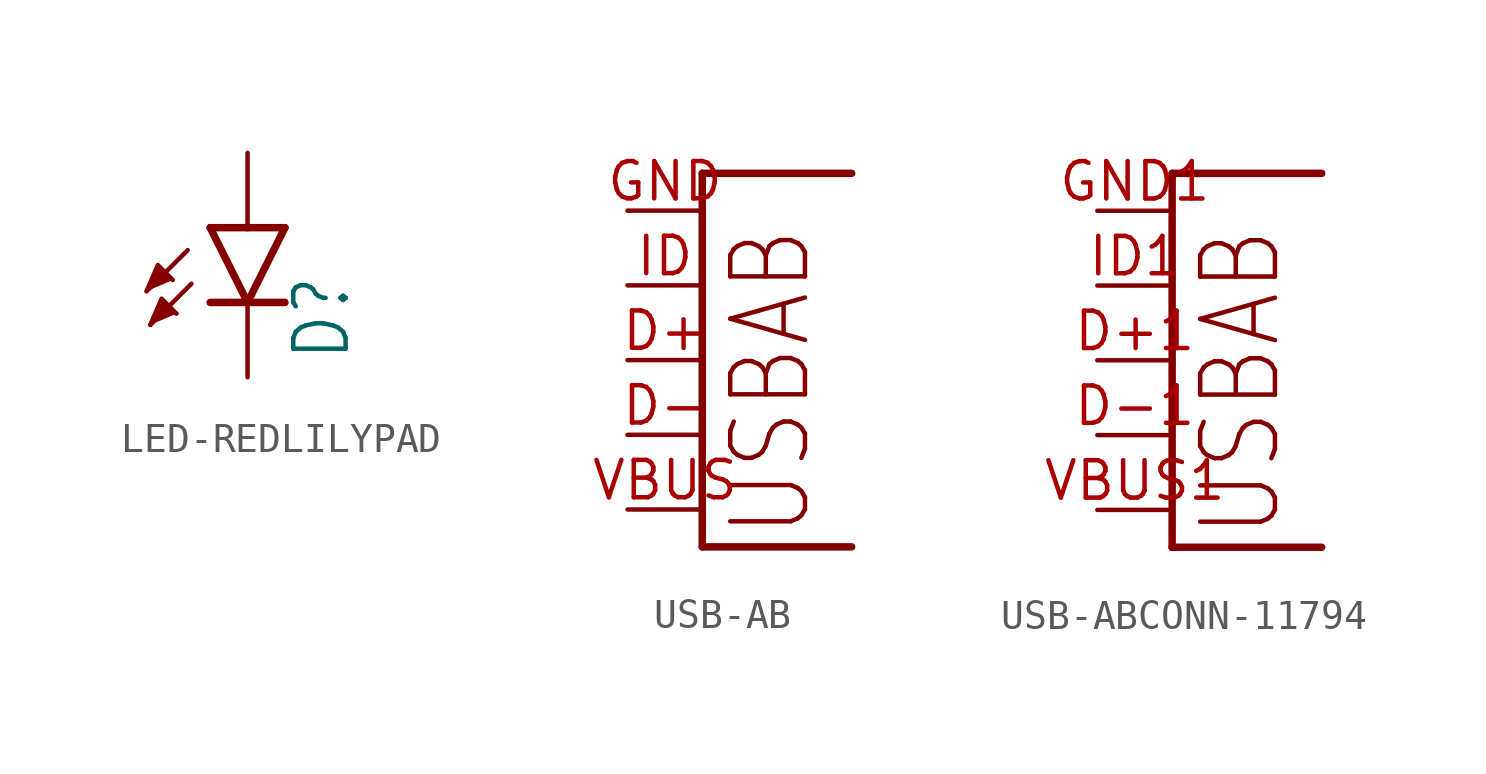
<source format=kicad_sym>
(kicad_symbol_lib
  (version 20220914)
  (generator kicad_symbol_editor)
  (symbol "LED-REDLILYPAD"
    (property "Reference" "D"
      (at 3.556 -4.572 90)
      (effects (font (size 1.778 1.511)) (justify left bottom)))
    (property "Value" ""
      (at 5.715 -4.572 90)
      (effects (font (size 1.778 1.511)) (justify left bottom)))
    (property "ki_locked" ""
      (at 0 0 0)
      (effects (font (size 1.27 1.27))))
    (symbol "LED-REDLILYPAD_1_0"
      (polyline (pts (xy -2.032 -0.762) (xy -3.429 -2.159)) (stroke (width 0.152) (type solid)) (fill (type none)))
      (polyline (pts (xy -1.905 -1.905) (xy -3.302 -3.302)) (stroke (width 0.152) (type solid)) (fill (type none)))
      (polyline (pts (xy 0 -2.54) (xy -1.27 -2.54)) (stroke (width 0.254) (type solid)) (fill (type none)))
      (polyline (pts (xy 0 -2.54) (xy -1.27 0)) (stroke (width 0.254) (type solid)) (fill (type none)))
      (polyline (pts (xy 0 0) (xy -1.27 0)) (stroke (width 0.254) (type solid)) (fill (type none)))
      (polyline (pts (xy 1.27 -2.54) (xy 0 -2.54)) (stroke (width 0.254) (type solid)) (fill (type none)))
      (polyline (pts (xy 1.27 0) (xy 0 -2.54)) (stroke (width 0.254) (type solid)) (fill (type none)))
      (polyline (pts (xy 1.27 0) (xy 0 0)) (stroke (width 0.254) (type solid)) (fill (type none)))
      (polyline (pts (xy -3.429 -2.159) (xy -3.048 -1.27) (xy -2.54 -1.778)) (stroke (width 0.152) (type solid)) (fill (type outline)))
      (polyline (pts (xy -3.302 -3.302) (xy -2.921 -2.413) (xy -2.413 -2.921)) (stroke (width 0.152) (type solid)) (fill (type outline)))
      (pin passive line (at 0 2.54 270) (length 2.54) (name "A" (effects (font (size 0 0)))) (number "A" (effects (font (size 0 0)))))
      (pin passive line (at 0 -5.08 90) (length 2.54) (name "C" (effects (font (size 0 0)))) (number "C" (effects (font (size 0 0)))))))
  (symbol "USB-AB"
    (property "Reference" "U"
      (at 0 0 0)
      (effects (font (size 1.27 1.27)) hide))
    (property "ki_locked" ""
      (at 0 0 0)
      (effects (font (size 1.27 1.27))))
    (symbol "USB-AB_1_0"
      (polyline (pts (xy -2.54 -6.35) (xy 2.54 -6.35)) (stroke (width 0.254) (type solid)) (fill (type none)))
      (polyline (pts (xy -2.54 6.35) (xy -2.54 -6.35)) (stroke (width 0.254) (type solid)) (fill (type none)))
      (polyline (pts (xy 2.54 6.35) (xy -2.54 6.35)) (stroke (width 0.254) (type solid)) (fill (type none)))
      (text "USBAB" (at 1.27 -6.096 900) (effects (font (size 2.54 2.159)) (justify left bottom)))
      (pin bidirectional line (at -5.08 0 0) (length 2.54) (name "D+" (effects (font (size 0 0)))) (number "D+" (effects (font (size 1.27 1.27)))))
      (pin bidirectional line (at -5.08 -2.54 0) (length 2.54) (name "D-" (effects (font (size 0 0)))) (number "D-" (effects (font (size 1.27 1.27)))))
      (pin bidirectional line (at -5.08 5.08 0) (length 2.54) (name "GND" (effects (font (size 0 0)))) (number "GND" (effects (font (size 1.27 1.27)))))
      (pin bidirectional line (at -5.08 2.54 0) (length 2.54) (name "USBID" (effects (font (size 0 0)))) (number "ID" (effects (font (size 1.27 1.27)))))
      (pin bidirectional line (at -5.08 -5.08 0) (length 2.54) (name "VBUS" (effects (font (size 0 0)))) (number "VBUS" (effects (font (size 1.27 1.27)))))))
  (symbol "USB-ABCONN-11794"
    (property "Reference" "U"
      (at 0 0 0)
      (effects (font (size 1.27 1.27)) hide))
    (property "ki_locked" ""
      (at 0 0 0)
      (effects (font (size 1.27 1.27))))
    (symbol "USB-ABCONN-11794_1_0"
      (polyline (pts (xy -2.54 -6.35) (xy 2.54 -6.35)) (stroke (width 0.254) (type solid)) (fill (type none)))
      (polyline (pts (xy -2.54 6.35) (xy -2.54 -6.35)) (stroke (width 0.254) (type solid)) (fill (type none)))
      (polyline (pts (xy 2.54 6.35) (xy -2.54 6.35)) (stroke (width 0.254) (type solid)) (fill (type none)))
      (text "USBAB" (at 1.27 -6.096 900) (effects (font (size 2.54 2.159)) (justify left bottom)))
      (pin bidirectional line (at -5.08 0 0) (length 2.54) (name "D+" (effects (font (size 0 0)))) (number "D+1" (effects (font (size 1.27 1.27)))))
      (pin bidirectional line (at -5.08 -2.54 0) (length 2.54) (name "D-" (effects (font (size 0 0)))) (number "D-1" (effects (font (size 1.27 1.27)))))
      (pin bidirectional line (at -5.08 5.08 0) (length 2.54) (name "GND" (effects (font (size 0 0)))) (number "GND1" (effects (font (size 1.27 1.27)))))
      (pin bidirectional line (at -5.08 2.54 0) (length 2.54) (name "USBID" (effects (font (size 0 0)))) (number "ID1" (effects (font (size 1.27 1.27)))))
      (pin bidirectional line (at -5.08 -5.08 0) (length 2.54) (name "VBUS" (effects (font (size 0 0)))) (number "VBUS1" (effects (font (size 1.27 1.27))))))))
</source>
